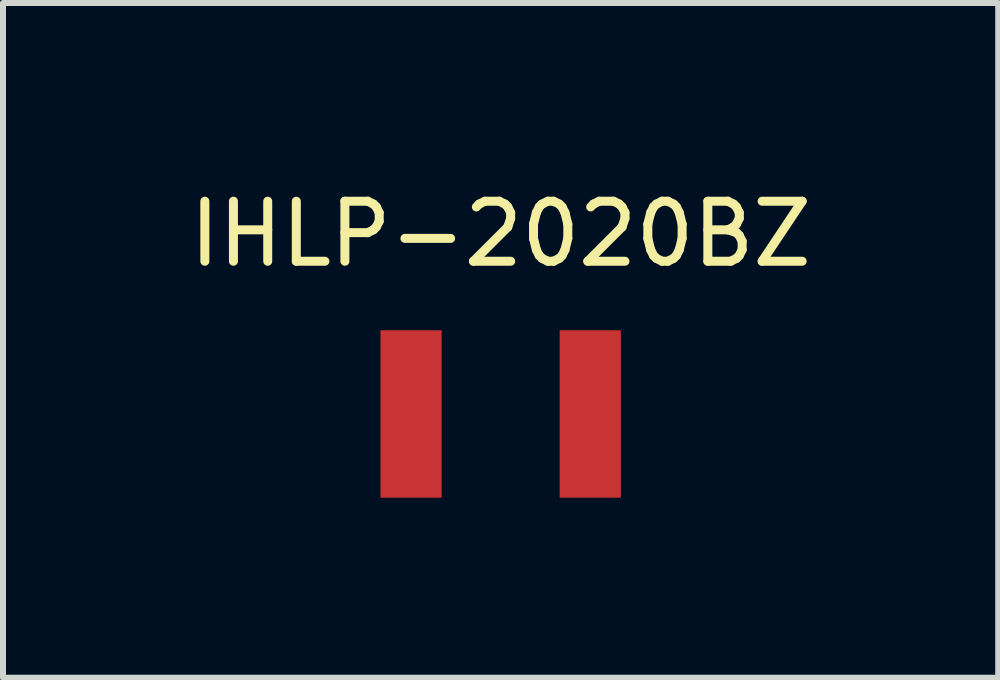
<source format=kicad_pcb>
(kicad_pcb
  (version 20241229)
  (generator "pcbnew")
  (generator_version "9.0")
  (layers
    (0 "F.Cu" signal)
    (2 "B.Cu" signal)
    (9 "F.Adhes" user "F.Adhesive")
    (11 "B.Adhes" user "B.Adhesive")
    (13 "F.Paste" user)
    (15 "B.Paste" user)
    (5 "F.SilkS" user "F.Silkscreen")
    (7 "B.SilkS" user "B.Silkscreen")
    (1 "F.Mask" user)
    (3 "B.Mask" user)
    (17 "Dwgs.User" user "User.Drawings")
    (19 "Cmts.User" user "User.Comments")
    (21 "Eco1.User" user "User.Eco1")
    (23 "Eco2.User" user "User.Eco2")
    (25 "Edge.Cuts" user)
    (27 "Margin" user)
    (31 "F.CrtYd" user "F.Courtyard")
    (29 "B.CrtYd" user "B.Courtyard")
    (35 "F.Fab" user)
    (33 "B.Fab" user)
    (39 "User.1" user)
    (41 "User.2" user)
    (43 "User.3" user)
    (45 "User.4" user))
  (footprint "IHLP-2020BZ"
    (layer "F.Cu")
    (at 5.292 3.848)
    (property "Reference" "IHLP-2020BZ" (at 0 -3 0) (layer "F.SilkS") (effects (font (size 1 1) (thickness 0.15))))
    (attr through_hole)
    (pad "1" smd rect (at 1.493 0) (size 1.02 2.79) (layers "F.Cu" "F.Mask" "F.Paste"))
    (pad "2" smd rect (at -1.493 0) (size 1.02 2.79) (layers "F.Cu" "F.Mask" "F.Paste")))
  (gr_rect
    (start -3 -3)
    (end 13.583 8.243)
    (stroke (width 0.1) (type default))
    (fill no)
    (layer "Edge.Cuts")))
</source>
